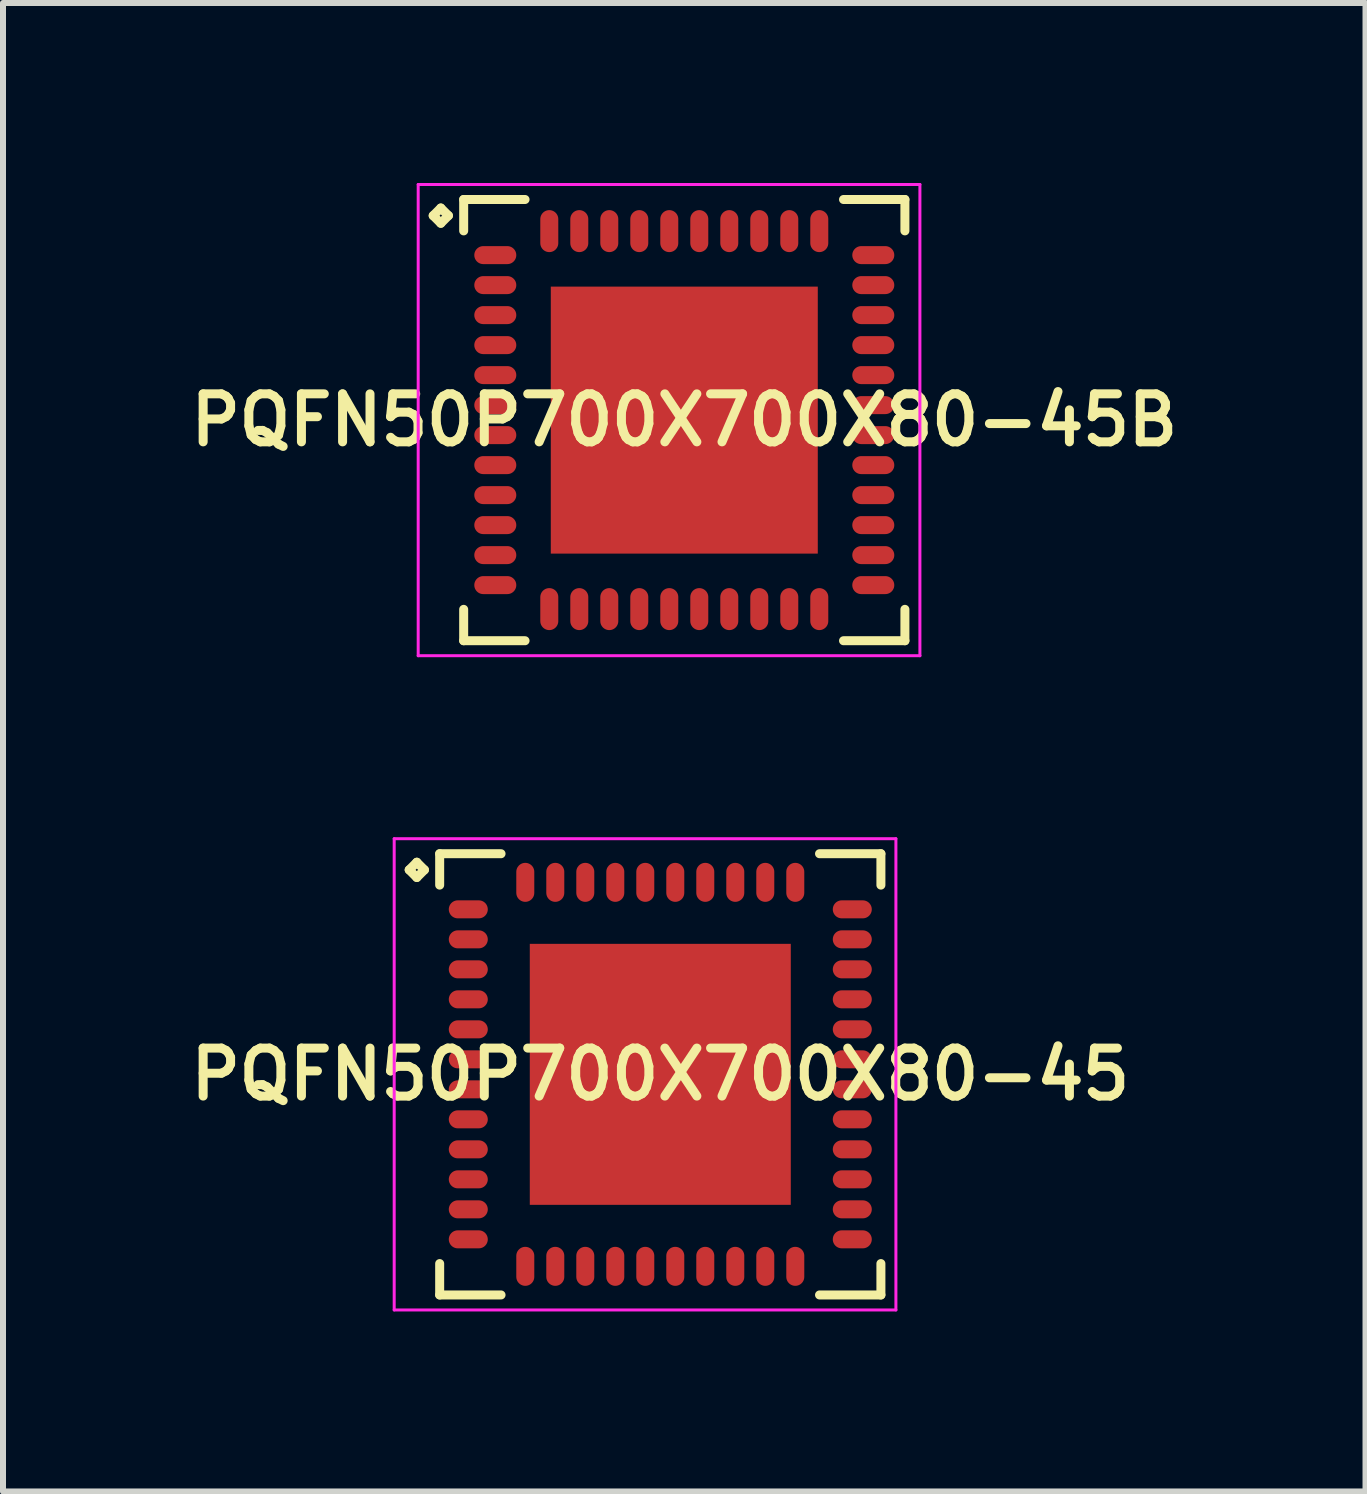
<source format=kicad_pcb>
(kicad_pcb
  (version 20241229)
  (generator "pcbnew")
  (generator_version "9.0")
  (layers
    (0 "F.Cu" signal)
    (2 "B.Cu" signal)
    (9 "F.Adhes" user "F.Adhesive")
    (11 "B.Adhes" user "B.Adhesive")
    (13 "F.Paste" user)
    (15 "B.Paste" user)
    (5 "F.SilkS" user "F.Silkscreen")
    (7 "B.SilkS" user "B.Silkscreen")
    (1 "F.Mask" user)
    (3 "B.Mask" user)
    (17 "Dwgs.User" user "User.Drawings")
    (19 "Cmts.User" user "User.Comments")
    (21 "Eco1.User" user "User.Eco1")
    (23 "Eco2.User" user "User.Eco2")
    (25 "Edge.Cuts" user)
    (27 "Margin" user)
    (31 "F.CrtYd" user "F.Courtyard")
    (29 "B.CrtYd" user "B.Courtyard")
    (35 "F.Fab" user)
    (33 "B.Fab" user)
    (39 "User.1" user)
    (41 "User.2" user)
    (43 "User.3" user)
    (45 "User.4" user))
  (footprint "PQFN50P700X700X80-45"
    (layer "F.Cu")
    (at 7.955 14.856)
    (property "Reference" "PQFN50P700X700X80-45" (at 0 0 0) (layer "F.SilkS") (effects (font (size 0.8 0.8) (thickness 0.15))))
    (attr smd)
    (fp_line (start -4.185 -3.408) (end -4.058 -3.535) (stroke (width 0.15) (type solid)) (layer "F.SilkS"))
    (fp_line (start -4.058 -3.535) (end -3.931 -3.408) (stroke (width 0.15) (type solid)) (layer "F.SilkS"))
    (fp_line (start -4.058 -3.281) (end -4.185 -3.408) (stroke (width 0.15) (type solid)) (layer "F.SilkS"))
    (fp_line (start -3.931 -3.408) (end -4.058 -3.281) (stroke (width 0.15) (type solid)) (layer "F.SilkS"))
    (fp_line (start -3.677 -3.677) (end -2.654 -3.677) (stroke (width 0.15) (type solid)) (layer "F.SilkS"))
    (fp_line (start -3.677 -3.154) (end -3.677 -3.677) (stroke (width 0.15) (type solid)) (layer "F.SilkS"))
    (fp_line (start -3.677 3.154) (end -3.677 3.677) (stroke (width 0.15) (type solid)) (layer "F.SilkS"))
    (fp_line (start -3.677 3.677) (end -2.654 3.677) (stroke (width 0.15) (type solid)) (layer "F.SilkS"))
    (fp_line (start 2.654 -3.677) (end 3.677 -3.677) (stroke (width 0.15) (type solid)) (layer "F.SilkS"))
    (fp_line (start 2.654 3.677) (end 3.677 3.677) (stroke (width 0.15) (type solid)) (layer "F.SilkS"))
    (fp_line (start 3.677 -3.677) (end 3.677 -3.154) (stroke (width 0.15) (type solid)) (layer "F.SilkS"))
    (fp_line (start 3.677 3.677) (end 3.677 3.154) (stroke (width 0.15) (type solid)) (layer "F.SilkS"))
    (fp_line (start -4.435 -3.927) (end 3.927 -3.927) (stroke (width 0.05) (type solid)) (layer "F.CrtYd"))
    (fp_line (start -4.435 3.927) (end -4.435 -3.927) (stroke (width 0.05) (type solid)) (layer "F.CrtYd"))
    (fp_line (start 3.927 -3.927) (end 3.927 3.927) (stroke (width 0.05) (type solid)) (layer "F.CrtYd"))
    (fp_line (start 3.927 3.927) (end -4.435 3.927) (stroke (width 0.05) (type solid)) (layer "F.CrtYd"))
    (pad "1" smd oval (at -3.2 -2.75) (size 0.65 0.3) (layers "F.Cu" "F.Mask" "F.Paste"))
    (pad "2" smd oval (at -3.2 -2.25) (size 0.65 0.3) (layers "F.Cu" "F.Mask" "F.Paste"))
    (pad "3" smd oval (at -3.2 -1.75) (size 0.65 0.3) (layers "F.Cu" "F.Mask" "F.Paste"))
    (pad "4" smd oval (at -3.2 -1.25) (size 0.65 0.3) (layers "F.Cu" "F.Mask" "F.Paste"))
    (pad "5" smd oval (at -3.2 -0.75) (size 0.65 0.3) (layers "F.Cu" "F.Mask" "F.Paste"))
    (pad "6" smd oval (at -3.2 -0.25) (size 0.65 0.3) (layers "F.Cu" "F.Mask" "F.Paste"))
    (pad "7" smd oval (at -3.2 0.25) (size 0.65 0.3) (layers "F.Cu" "F.Mask" "F.Paste"))
    (pad "8" smd oval (at -3.2 0.75) (size 0.65 0.3) (layers "F.Cu" "F.Mask" "F.Paste"))
    (pad "9" smd oval (at -3.2 1.25) (size 0.65 0.3) (layers "F.Cu" "F.Mask" "F.Paste"))
    (pad "10" smd oval (at -3.2 1.75) (size 0.65 0.3) (layers "F.Cu" "F.Mask" "F.Paste"))
    (pad "11" smd oval (at -3.2 2.25) (size 0.65 0.3) (layers "F.Cu" "F.Mask" "F.Paste"))
    (pad "12" smd oval (at -3.2 2.75) (size 0.65 0.3) (layers "F.Cu" "F.Mask" "F.Paste"))
    (pad "13" smd oval (at -2.25 3.2) (size 0.3 0.65) (layers "F.Cu" "F.Mask" "F.Paste"))
    (pad "14" smd oval (at -1.75 3.2) (size 0.3 0.65) (layers "F.Cu" "F.Mask" "F.Paste"))
    (pad "15" smd oval (at -1.25 3.2) (size 0.3 0.65) (layers "F.Cu" "F.Mask" "F.Paste"))
    (pad "16" smd oval (at -0.75 3.2) (size 0.3 0.65) (layers "F.Cu" "F.Mask" "F.Paste"))
    (pad "17" smd oval (at -0.25 3.2) (size 0.3 0.65) (layers "F.Cu" "F.Mask" "F.Paste"))
    (pad "18" smd oval (at 0.25 3.2) (size 0.3 0.65) (layers "F.Cu" "F.Mask" "F.Paste"))
    (pad "19" smd oval (at 0.75 3.2) (size 0.3 0.65) (layers "F.Cu" "F.Mask" "F.Paste"))
    (pad "20" smd oval (at 1.25 3.2) (size 0.3 0.65) (layers "F.Cu" "F.Mask" "F.Paste"))
    (pad "21" smd oval (at 1.75 3.2) (size 0.3 0.65) (layers "F.Cu" "F.Mask" "F.Paste"))
    (pad "22" smd oval (at 2.25 3.2) (size 0.3 0.65) (layers "F.Cu" "F.Mask" "F.Paste"))
    (pad "23" smd oval (at 3.2 2.75) (size 0.65 0.3) (layers "F.Cu" "F.Mask" "F.Paste"))
    (pad "24" smd oval (at 3.2 2.25) (size 0.65 0.3) (layers "F.Cu" "F.Mask" "F.Paste"))
    (pad "25" smd oval (at 3.2 1.75) (size 0.65 0.3) (layers "F.Cu" "F.Mask" "F.Paste"))
    (pad "26" smd oval (at 3.2 1.25) (size 0.65 0.3) (layers "F.Cu" "F.Mask" "F.Paste"))
    (pad "27" smd oval (at 3.2 0.75) (size 0.65 0.3) (layers "F.Cu" "F.Mask" "F.Paste"))
    (pad "28" smd oval (at 3.2 0.25) (size 0.65 0.3) (layers "F.Cu" "F.Mask" "F.Paste"))
    (pad "29" smd oval (at 3.2 -0.25) (size 0.65 0.3) (layers "F.Cu" "F.Mask" "F.Paste"))
    (pad "30" smd oval (at 3.2 -0.75) (size 0.65 0.3) (layers "F.Cu" "F.Mask" "F.Paste"))
    (pad "31" smd oval (at 3.2 -1.25) (size 0.65 0.3) (layers "F.Cu" "F.Mask" "F.Paste"))
    (pad "32" smd oval (at 3.2 -1.75) (size 0.65 0.3) (layers "F.Cu" "F.Mask" "F.Paste"))
    (pad "33" smd oval (at 3.2 -2.25) (size 0.65 0.3) (layers "F.Cu" "F.Mask" "F.Paste"))
    (pad "34" smd oval (at 3.2 -2.75) (size 0.65 0.3) (layers "F.Cu" "F.Mask" "F.Paste"))
    (pad "35" smd oval (at 2.25 -3.2) (size 0.3 0.65) (layers "F.Cu" "F.Mask" "F.Paste"))
    (pad "36" smd oval (at 1.75 -3.2) (size 0.3 0.65) (layers "F.Cu" "F.Mask" "F.Paste"))
    (pad "37" smd oval (at 1.25 -3.2) (size 0.3 0.65) (layers "F.Cu" "F.Mask" "F.Paste"))
    (pad "38" smd oval (at 0.75 -3.2) (size 0.3 0.65) (layers "F.Cu" "F.Mask" "F.Paste"))
    (pad "39" smd oval (at 0.25 -3.2) (size 0.3 0.65) (layers "F.Cu" "F.Mask" "F.Paste"))
    (pad "40" smd oval (at -0.25 -3.2) (size 0.3 0.65) (layers "F.Cu" "F.Mask" "F.Paste"))
    (pad "41" smd oval (at -0.75 -3.2) (size 0.3 0.65) (layers "F.Cu" "F.Mask" "F.Paste"))
    (pad "42" smd oval (at -1.25 -3.2) (size 0.3 0.65) (layers "F.Cu" "F.Mask" "F.Paste"))
    (pad "43" smd oval (at -1.75 -3.2) (size 0.3 0.65) (layers "F.Cu" "F.Mask" "F.Paste"))
    (pad "44" smd oval (at -2.25 -3.2) (size 0.3 0.65) (layers "F.Cu" "F.Mask" "F.Paste"))
    (pad "45" smd rect (at 0 0) (size 4.35 4.35) (layers "F.Cu" "F.Mask" "F.Paste")))
  (footprint "PQFN50P700X700X80-45B"
    (layer "F.Cu")
    (at 8.355 3.952)
    (property "Reference" "PQFN50P700X700X80-45B" (at 0 0 0) (layer "F.SilkS") (effects (font (size 0.8 0.8) (thickness 0.15))))
    (attr smd)
    (fp_line (start -4.185 -3.408) (end -4.058 -3.535) (stroke (width 0.15) (type solid)) (layer "F.SilkS"))
    (fp_line (start -4.058 -3.535) (end -3.931 -3.408) (stroke (width 0.15) (type solid)) (layer "F.SilkS"))
    (fp_line (start -4.058 -3.281) (end -4.185 -3.408) (stroke (width 0.15) (type solid)) (layer "F.SilkS"))
    (fp_line (start -3.931 -3.408) (end -4.058 -3.281) (stroke (width 0.15) (type solid)) (layer "F.SilkS"))
    (fp_line (start -3.677 -3.677) (end -2.654 -3.677) (stroke (width 0.15) (type solid)) (layer "F.SilkS"))
    (fp_line (start -3.677 -3.154) (end -3.677 -3.677) (stroke (width 0.15) (type solid)) (layer "F.SilkS"))
    (fp_line (start -3.677 3.154) (end -3.677 3.677) (stroke (width 0.15) (type solid)) (layer "F.SilkS"))
    (fp_line (start -3.677 3.677) (end -2.654 3.677) (stroke (width 0.15) (type solid)) (layer "F.SilkS"))
    (fp_line (start 2.654 -3.677) (end 3.677 -3.677) (stroke (width 0.15) (type solid)) (layer "F.SilkS"))
    (fp_line (start 2.654 3.677) (end 3.677 3.677) (stroke (width 0.15) (type solid)) (layer "F.SilkS"))
    (fp_line (start 3.677 -3.677) (end 3.677 -3.154) (stroke (width 0.15) (type solid)) (layer "F.SilkS"))
    (fp_line (start 3.677 3.677) (end 3.677 3.154) (stroke (width 0.15) (type solid)) (layer "F.SilkS"))
    (fp_line (start -4.435 -3.927) (end 3.927 -3.927) (stroke (width 0.05) (type solid)) (layer "F.CrtYd"))
    (fp_line (start -4.435 3.927) (end -4.435 -3.927) (stroke (width 0.05) (type solid)) (layer "F.CrtYd"))
    (fp_line (start 3.927 -3.927) (end 3.927 3.927) (stroke (width 0.05) (type solid)) (layer "F.CrtYd"))
    (fp_line (start 3.927 3.927) (end -4.435 3.927) (stroke (width 0.05) (type solid)) (layer "F.CrtYd"))
    (pad "1" smd oval (at -3.15 -2.75) (size 0.7 0.3) (layers "F.Cu" "F.Mask" "F.Paste"))
    (pad "2" smd oval (at -3.15 -2.25) (size 0.7 0.3) (layers "F.Cu" "F.Mask" "F.Paste"))
    (pad "3" smd oval (at -3.15 -1.75) (size 0.7 0.3) (layers "F.Cu" "F.Mask" "F.Paste"))
    (pad "4" smd oval (at -3.15 -1.25) (size 0.7 0.3) (layers "F.Cu" "F.Mask" "F.Paste"))
    (pad "5" smd oval (at -3.15 -0.75) (size 0.7 0.3) (layers "F.Cu" "F.Mask" "F.Paste"))
    (pad "6" smd oval (at -3.15 -0.25) (size 0.7 0.3) (layers "F.Cu" "F.Mask" "F.Paste"))
    (pad "7" smd oval (at -3.15 0.25) (size 0.7 0.3) (layers "F.Cu" "F.Mask" "F.Paste"))
    (pad "8" smd oval (at -3.15 0.75) (size 0.7 0.3) (layers "F.Cu" "F.Mask" "F.Paste"))
    (pad "9" smd oval (at -3.15 1.25) (size 0.7 0.3) (layers "F.Cu" "F.Mask" "F.Paste"))
    (pad "10" smd oval (at -3.15 1.75) (size 0.7 0.3) (layers "F.Cu" "F.Mask" "F.Paste"))
    (pad "11" smd oval (at -3.15 2.25) (size 0.7 0.3) (layers "F.Cu" "F.Mask" "F.Paste"))
    (pad "12" smd oval (at -3.15 2.75) (size 0.7 0.3) (layers "F.Cu" "F.Mask" "F.Paste"))
    (pad "13" smd oval (at -2.25 3.15) (size 0.3 0.7) (layers "F.Cu" "F.Mask" "F.Paste"))
    (pad "14" smd oval (at -1.75 3.15) (size 0.3 0.7) (layers "F.Cu" "F.Mask" "F.Paste"))
    (pad "15" smd oval (at -1.25 3.15) (size 0.3 0.7) (layers "F.Cu" "F.Mask" "F.Paste"))
    (pad "16" smd oval (at -0.75 3.15) (size 0.3 0.7) (layers "F.Cu" "F.Mask" "F.Paste"))
    (pad "17" smd oval (at -0.25 3.15) (size 0.3 0.7) (layers "F.Cu" "F.Mask" "F.Paste"))
    (pad "18" smd oval (at 0.25 3.15) (size 0.3 0.7) (layers "F.Cu" "F.Mask" "F.Paste"))
    (pad "19" smd oval (at 0.75 3.15) (size 0.3 0.7) (layers "F.Cu" "F.Mask" "F.Paste"))
    (pad "20" smd oval (at 1.25 3.15) (size 0.3 0.7) (layers "F.Cu" "F.Mask" "F.Paste"))
    (pad "21" smd oval (at 1.75 3.15) (size 0.3 0.7) (layers "F.Cu" "F.Mask" "F.Paste"))
    (pad "22" smd oval (at 2.25 3.15) (size 0.3 0.7) (layers "F.Cu" "F.Mask" "F.Paste"))
    (pad "23" smd oval (at 3.15 2.75) (size 0.7 0.3) (layers "F.Cu" "F.Mask" "F.Paste"))
    (pad "24" smd oval (at 3.15 2.25) (size 0.7 0.3) (layers "F.Cu" "F.Mask" "F.Paste"))
    (pad "25" smd oval (at 3.15 1.75) (size 0.7 0.3) (layers "F.Cu" "F.Mask" "F.Paste"))
    (pad "26" smd oval (at 3.15 1.25) (size 0.7 0.3) (layers "F.Cu" "F.Mask" "F.Paste"))
    (pad "27" smd oval (at 3.15 0.75) (size 0.7 0.3) (layers "F.Cu" "F.Mask" "F.Paste"))
    (pad "28" smd oval (at 3.15 0.25) (size 0.7 0.3) (layers "F.Cu" "F.Mask" "F.Paste"))
    (pad "29" smd oval (at 3.15 -0.25) (size 0.7 0.3) (layers "F.Cu" "F.Mask" "F.Paste"))
    (pad "30" smd oval (at 3.15 -0.75) (size 0.7 0.3) (layers "F.Cu" "F.Mask" "F.Paste"))
    (pad "31" smd oval (at 3.15 -1.25) (size 0.7 0.3) (layers "F.Cu" "F.Mask" "F.Paste"))
    (pad "32" smd oval (at 3.15 -1.75) (size 0.7 0.3) (layers "F.Cu" "F.Mask" "F.Paste"))
    (pad "33" smd oval (at 3.15 -2.25) (size 0.7 0.3) (layers "F.Cu" "F.Mask" "F.Paste"))
    (pad "34" smd oval (at 3.15 -2.75) (size 0.7 0.3) (layers "F.Cu" "F.Mask" "F.Paste"))
    (pad "35" smd oval (at 2.25 -3.15) (size 0.3 0.7) (layers "F.Cu" "F.Mask" "F.Paste"))
    (pad "36" smd oval (at 1.75 -3.15) (size 0.3 0.7) (layers "F.Cu" "F.Mask" "F.Paste"))
    (pad "37" smd oval (at 1.25 -3.15) (size 0.3 0.7) (layers "F.Cu" "F.Mask" "F.Paste"))
    (pad "38" smd oval (at 0.75 -3.15) (size 0.3 0.7) (layers "F.Cu" "F.Mask" "F.Paste"))
    (pad "39" smd oval (at 0.25 -3.15) (size 0.3 0.7) (layers "F.Cu" "F.Mask" "F.Paste"))
    (pad "40" smd oval (at -0.25 -3.15) (size 0.3 0.7) (layers "F.Cu" "F.Mask" "F.Paste"))
    (pad "41" smd oval (at -0.75 -3.15) (size 0.3 0.7) (layers "F.Cu" "F.Mask" "F.Paste"))
    (pad "42" smd oval (at -1.25 -3.15) (size 0.3 0.7) (layers "F.Cu" "F.Mask" "F.Paste"))
    (pad "43" smd oval (at -1.75 -3.15) (size 0.3 0.7) (layers "F.Cu" "F.Mask" "F.Paste"))
    (pad "44" smd oval (at -2.25 -3.15) (size 0.3 0.7) (layers "F.Cu" "F.Mask" "F.Paste"))
    (pad "45" smd rect (at 0 0) (size 4.45 4.45) (layers "F.Cu" "F.Mask" "F.Paste")))
  (gr_rect
    (start -3 -3)
    (end 19.709 21.808)
    (stroke (width 0.1) (type default))
    (fill no)
    (layer "Edge.Cuts")))
</source>
